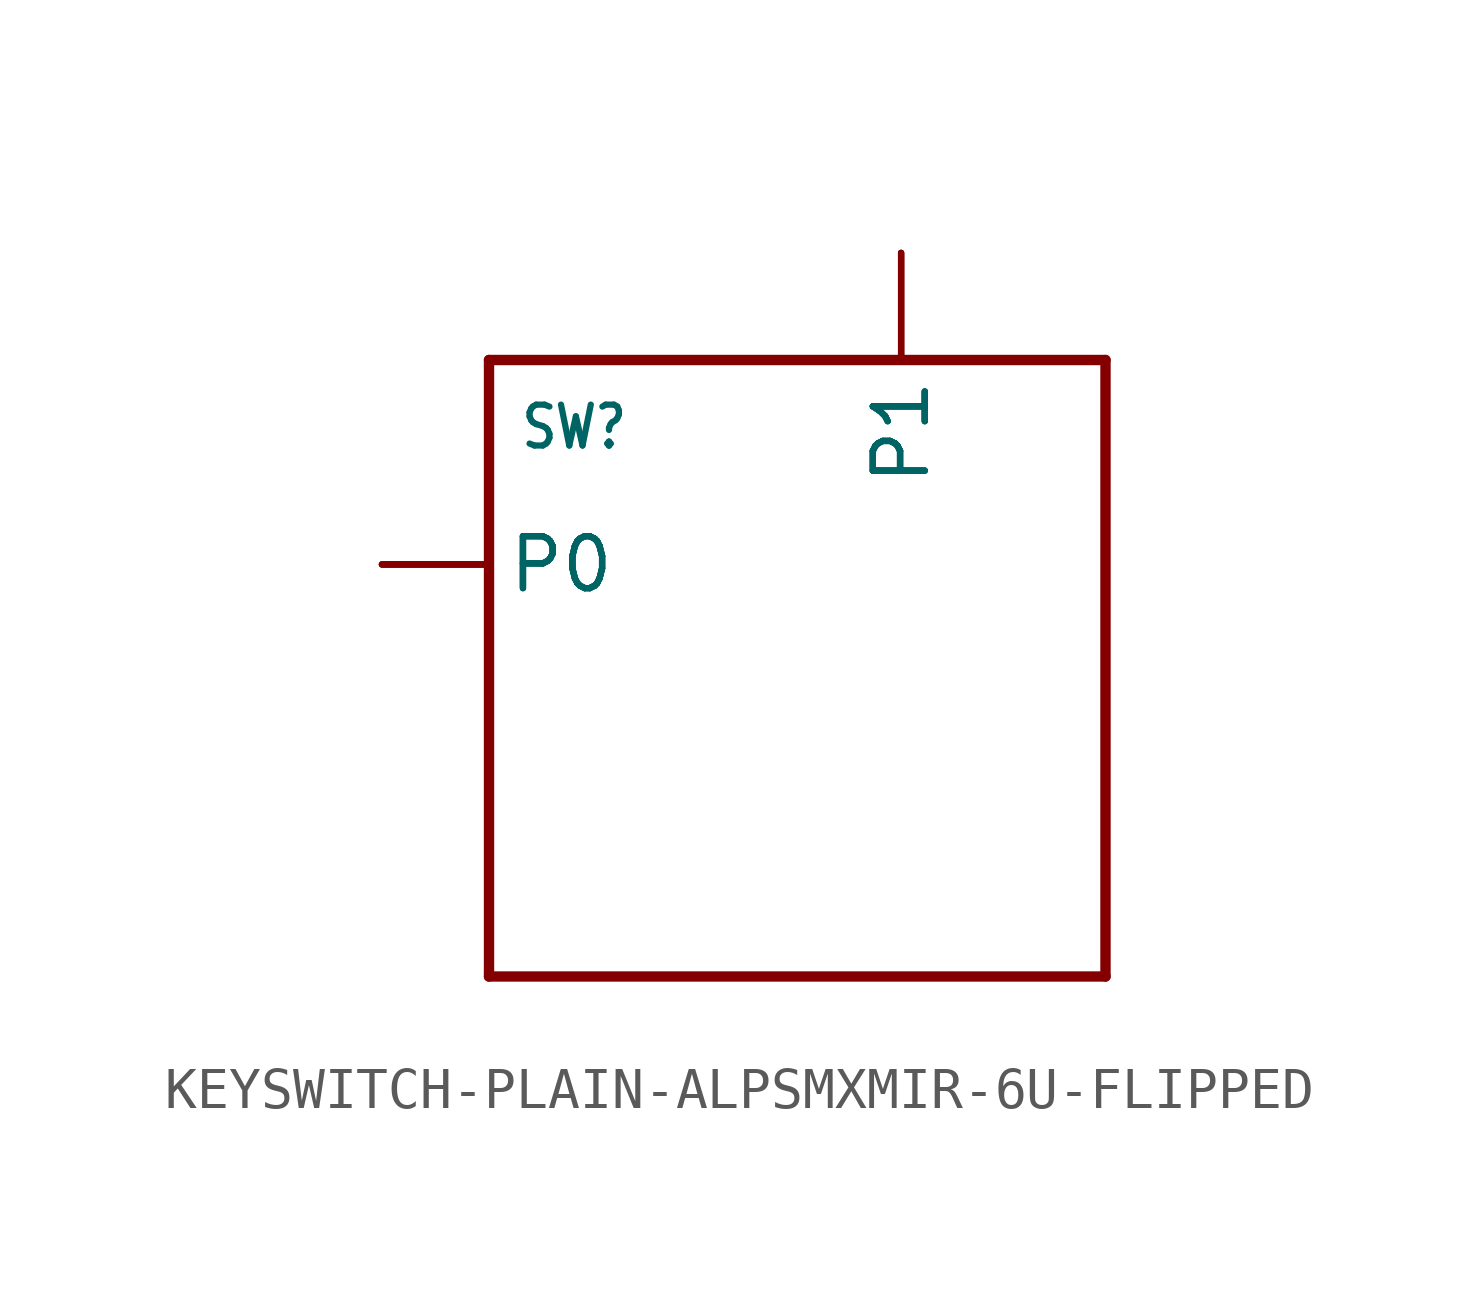
<source format=kicad_sym>
(kicad_symbol_lib
  (version 20211014)
  (generator kicad_symbol_editor)
  (symbol "KEYSWITCH-PLAIN-ALPSMXMIR-6U-FLIPPED"
    (property "Reference" "SW"
      (at -6.81 5.318 0)
      (effects (font (size 1 0.85)) (justify left bottom)))
    (property "ki_locked" ""
      (at 0 0 0)
      (effects (font (size 1.27 1.27))))
    (symbol "KEYSWITCH-PLAIN-ALPSMXMIR-6U-FLIPPED_1_0"
      (polyline (pts (xy -7.54 -7.54) (xy -7.54 7.54)) (stroke (width 0.254) (type default) (color 0 0 0 0)) (fill (type none)))
      (polyline (pts (xy -7.54 7.54) (xy 7.54 7.54)) (stroke (width 0.254) (type default) (color 0 0 0 0)) (fill (type none)))
      (polyline (pts (xy 7.54 -7.54) (xy -7.54 -7.54)) (stroke (width 0.254) (type default) (color 0 0 0 0)) (fill (type none)))
      (polyline (pts (xy 7.54 7.54) (xy 7.54 -7.54)) (stroke (width 0.254) (type default) (color 0 0 0 0)) (fill (type none)))
      (pin bidirectional line (at -10.16 2.54 0) (length 2.54) (name "P0" (effects (font (size 1.27 1.27)))) (number "ALPS1" (effects (font (size 0 0)))))
      (pin bidirectional line (at 2.54 10.16 270) (length 2.54) (name "P1" (effects (font (size 1.27 1.27)))) (number "ALPS2" (effects (font (size 0 0)))))
      (pin bidirectional line (at -10.16 2.54 0) (length 2.54) (name "P0" (effects (font (size 1.27 1.27)))) (number "ALPS3" (effects (font (size 0 0)))))
      (pin bidirectional line (at 2.54 10.16 270) (length 2.54) (name "P1" (effects (font (size 1.27 1.27)))) (number "ALPS4" (effects (font (size 0 0)))))
      (pin bidirectional line (at -10.16 2.54 0) (length 2.54) (name "P0" (effects (font (size 1.27 1.27)))) (number "MX1" (effects (font (size 0 0)))))
      (pin bidirectional line (at 2.54 10.16 270) (length 2.54) (name "P1" (effects (font (size 1.27 1.27)))) (number "MX2" (effects (font (size 0 0)))))
      (pin bidirectional line (at -10.16 2.54 0) (length 2.54) (name "P0" (effects (font (size 1.27 1.27)))) (number "MX3" (effects (font (size 0 0)))))
      (pin bidirectional line (at 2.54 10.16 270) (length 2.54) (name "P1" (effects (font (size 1.27 1.27)))) (number "MX4" (effects (font (size 0 0))))))))
</source>
